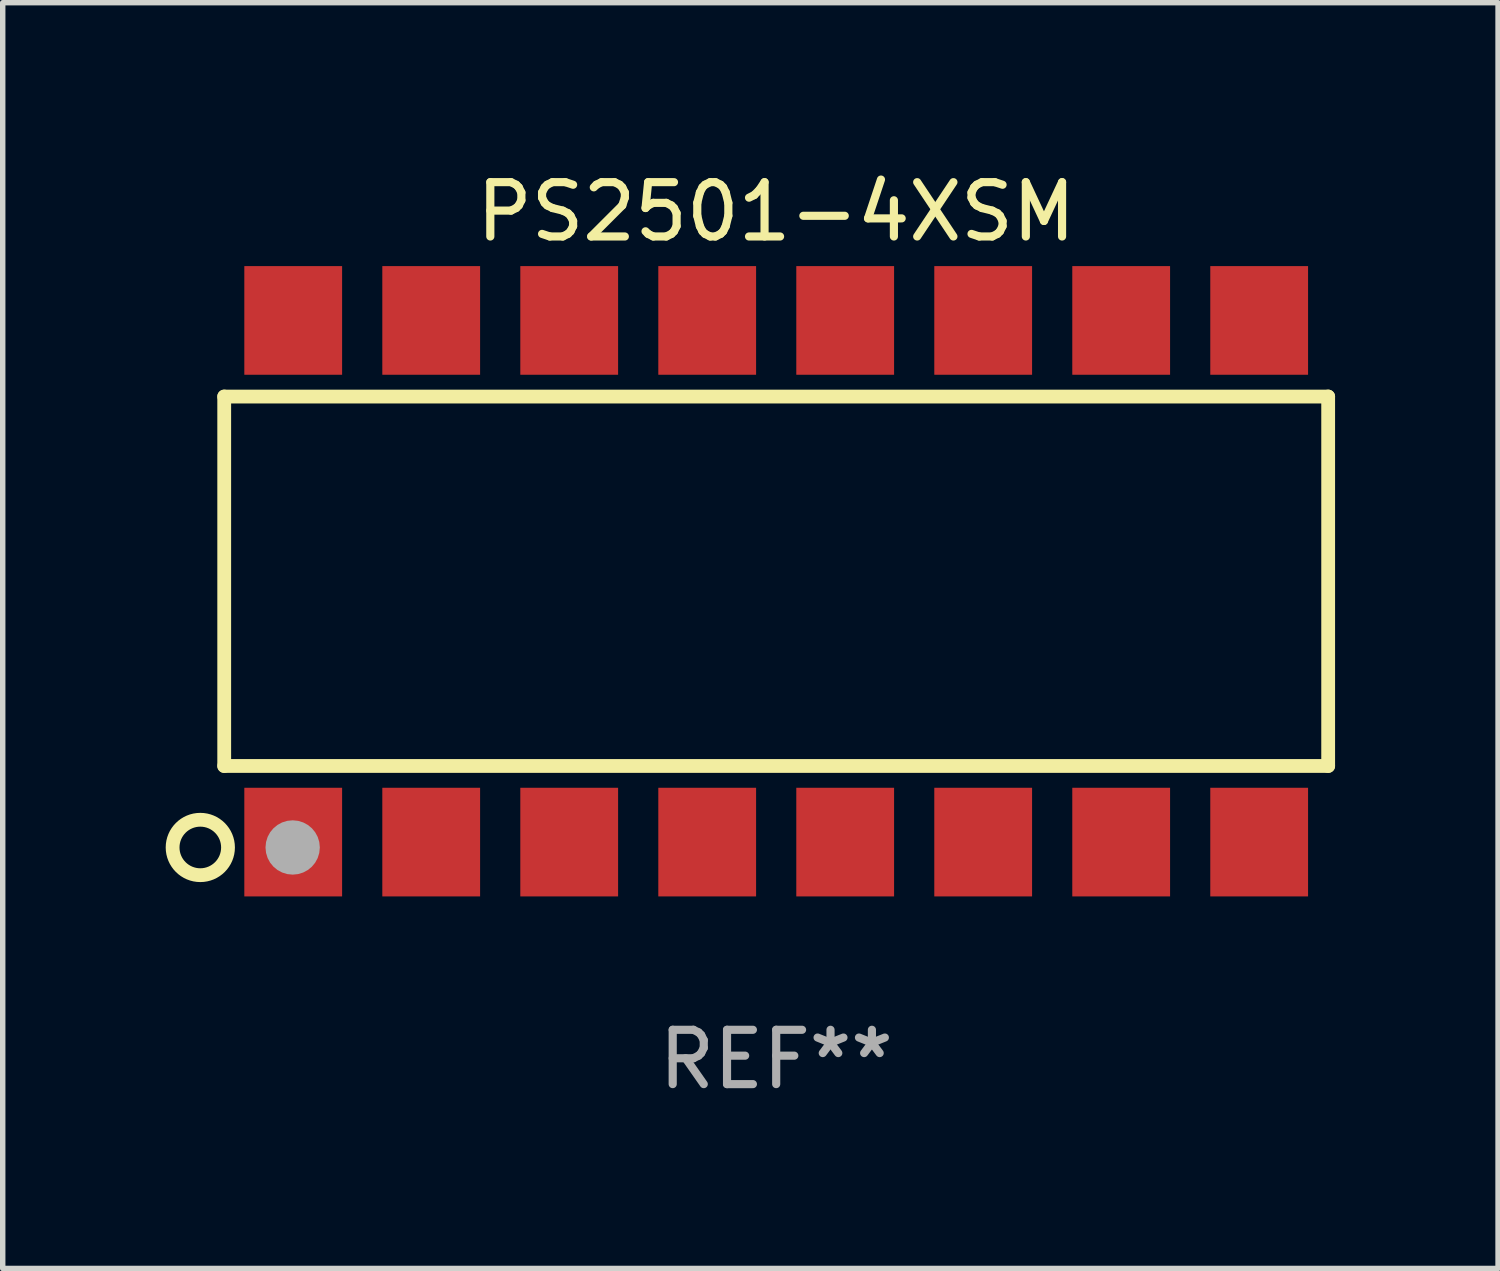
<source format=kicad_pcb>
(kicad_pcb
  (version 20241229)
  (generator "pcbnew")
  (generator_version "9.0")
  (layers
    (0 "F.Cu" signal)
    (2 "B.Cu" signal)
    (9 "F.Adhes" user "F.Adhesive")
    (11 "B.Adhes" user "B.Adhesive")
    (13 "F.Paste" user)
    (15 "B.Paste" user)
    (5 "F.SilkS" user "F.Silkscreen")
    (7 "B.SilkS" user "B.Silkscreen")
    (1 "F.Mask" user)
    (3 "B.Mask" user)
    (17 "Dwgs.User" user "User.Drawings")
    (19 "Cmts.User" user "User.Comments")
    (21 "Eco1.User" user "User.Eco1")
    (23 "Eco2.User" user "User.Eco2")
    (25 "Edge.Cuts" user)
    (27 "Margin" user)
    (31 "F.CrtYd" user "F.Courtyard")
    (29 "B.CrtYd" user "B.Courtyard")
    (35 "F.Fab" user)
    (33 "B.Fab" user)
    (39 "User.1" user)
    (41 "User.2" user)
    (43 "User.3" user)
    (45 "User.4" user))
  (footprint "PS2501-4XSM"
    (layer "F.Cu")
    (at 11.237 7.649)
    (property "Reference" "PS2501-4XSM" (at 0 -6.801 0) (layer "F.SilkS") (effects (font (size 1 1) (thickness 0.15))))
    (attr through_hole)
    (fp_line (start -10.16 3.4) (end -10.16 -3.4) (stroke (width 0.254) (type solid)) (layer "F.SilkS"))
    (fp_line (start 10.16 -3.4) (end -10.16 -3.4) (stroke (width 0.254) (type solid)) (layer "F.SilkS"))
    (fp_line (start 10.16 -3.4) (end 10.16 3.4) (stroke (width 0.254) (type solid)) (layer "F.SilkS"))
    (fp_line (start 10.16 3.4) (end -10.16 3.4) (stroke (width 0.254) (type solid)) (layer "F.SilkS"))
    (fp_circle (center -10.6 4.9) (end -10.09 4.9) (stroke (width 0.254) (type solid)) (fill no) (layer "F.SilkS"))
    (fp_circle (center -10.15 5.15) (end -10.12 5.15) (stroke (width 0.06) (type solid)) (fill no) (layer "F.SilkS"))
    (fp_circle (center -8.9 4.9) (end -8.65 4.9) (stroke (width 0.5) (type solid)) (fill no) (layer "F.Fab"))
    (fp_text user "REF**" (at 0 8.801 0) (layer "F.Fab") (effects (font (size 1 1) (thickness 0.15))))
    (pad "1" smd rect (at -8.89 4.801 180) (size 1.8 2) (layers "F.Cu" "F.Mask" "F.Paste"))
    (pad "2" smd rect (at -6.35 4.801 180) (size 1.8 2) (layers "F.Cu" "F.Mask" "F.Paste"))
    (pad "3" smd rect (at -3.81 4.801 180) (size 1.8 2) (layers "F.Cu" "F.Mask" "F.Paste"))
    (pad "4" smd rect (at -1.27 4.801 180) (size 1.8 2) (layers "F.Cu" "F.Mask" "F.Paste"))
    (pad "5" smd rect (at 1.27 4.801 180) (size 1.8 2) (layers "F.Cu" "F.Mask" "F.Paste"))
    (pad "6" smd rect (at 3.81 4.801 180) (size 1.8 2) (layers "F.Cu" "F.Mask" "F.Paste"))
    (pad "7" smd rect (at 6.35 4.801 180) (size 1.8 2) (layers "F.Cu" "F.Mask" "F.Paste"))
    (pad "8" smd rect (at 8.89 4.801 180) (size 1.8 2) (layers "F.Cu" "F.Mask" "F.Paste"))
    (pad "9" smd rect (at 8.89 -4.801 180) (size 1.8 2) (layers "F.Cu" "F.Mask" "F.Paste"))
    (pad "10" smd rect (at 6.35 -4.801 180) (size 1.8 2) (layers "F.Cu" "F.Mask" "F.Paste"))
    (pad "11" smd rect (at 3.81 -4.801 180) (size 1.8 2) (layers "F.Cu" "F.Mask" "F.Paste"))
    (pad "12" smd rect (at 1.27 -4.801 180) (size 1.8 2) (layers "F.Cu" "F.Mask" "F.Paste"))
    (pad "13" smd rect (at -1.27 -4.801 180) (size 1.8 2) (layers "F.Cu" "F.Mask" "F.Paste"))
    (pad "14" smd rect (at -3.81 -4.801 180) (size 1.8 2) (layers "F.Cu" "F.Mask" "F.Paste"))
    (pad "15" smd rect (at -6.35 -4.801 180) (size 1.8 2) (layers "F.Cu" "F.Mask" "F.Paste"))
    (pad "16" smd rect (at -8.89 -4.801 180) (size 1.8 2) (layers "F.Cu" "F.Mask" "F.Paste")))
  (gr_rect
    (start -3 -3)
    (end 24.524 20.298)
    (stroke (width 0.1) (type default))
    (fill no)
    (layer "Edge.Cuts")))
</source>
